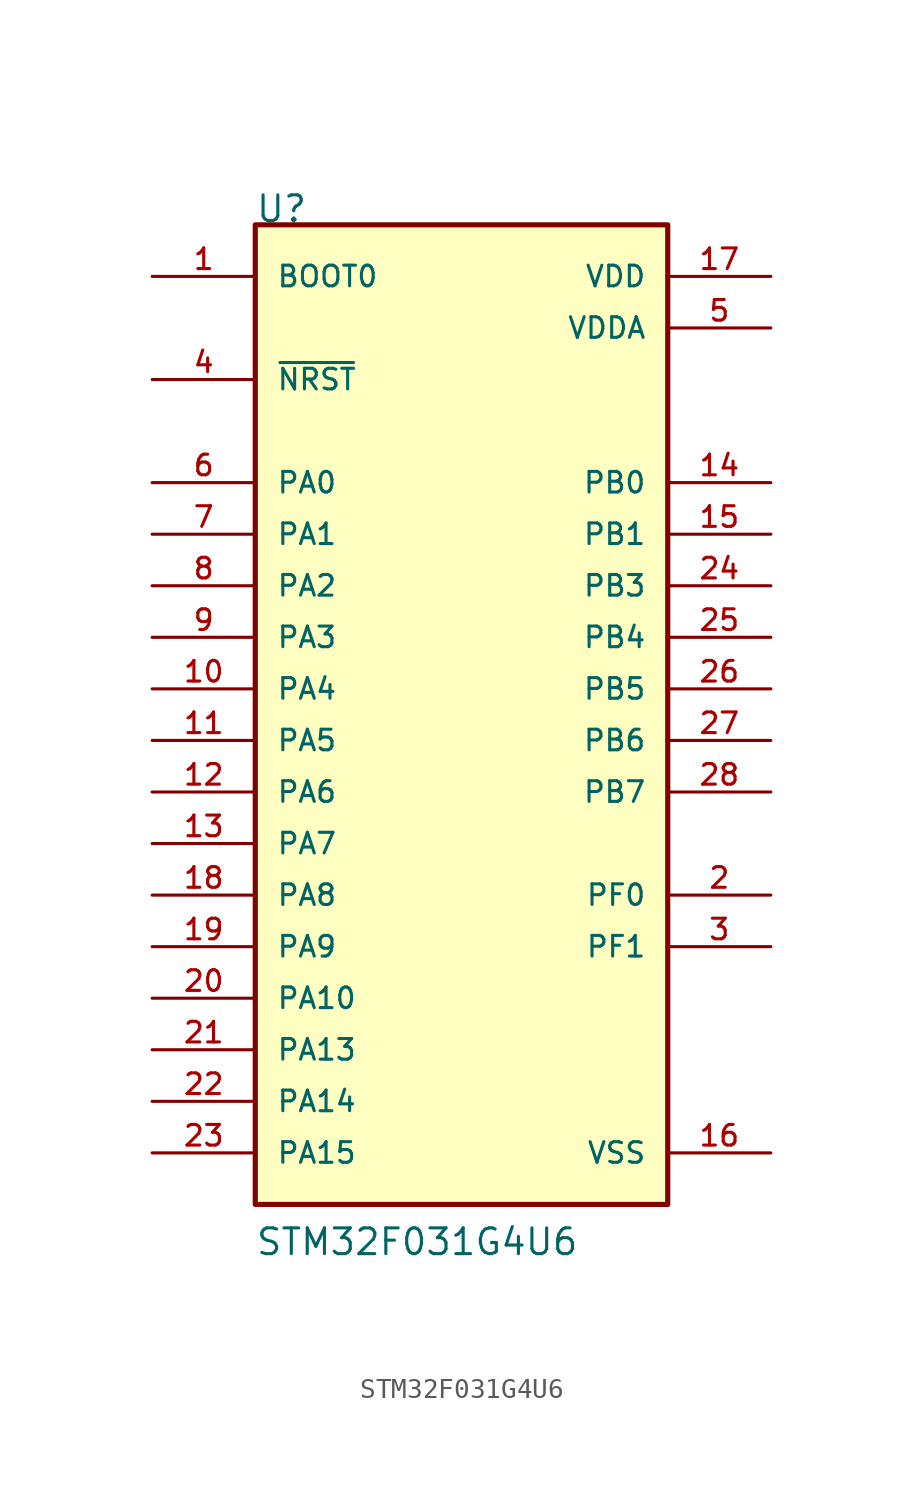
<source format=kicad_sym>
(kicad_symbol_lib
  (version 20211014)
  (generator kicad_symbol_editor)
  (symbol "STM32F031G4U6"
    (pin_names
      (offset 1.016))
    (property "Reference" "U"
      (at -10.178 25.444 0)
      (effects (font (size 1.27 1.27)) (justify bottom left)))
    (property "Value" "STM32F031G4U6"
      (at -10.178 -25.446 0)
      (effects (font (size 1.27 1.27)) (justify bottom left)))
    (symbol "STM32F031G4U6_0_0"
      (rectangle (start -10.16 -22.86) (end 10.16 25.4) (stroke (width 0.254)) (fill (type background)))
      (pin bidirectional line (at 15.24 -7.62 180.0) (length 5.08) (name "PF0" (effects (font (size 1.016 1.016)))) (number "2" (effects (font (size 1.016 1.016)))))
      (pin bidirectional line (at 15.24 -10.16 180.0) (length 5.08) (name "PF1" (effects (font (size 1.016 1.016)))) (number "3" (effects (font (size 1.016 1.016)))))
      (pin bidirectional line (at -15.24 17.78 0) (length 5.08) (name "~{NRST}" (effects (font (size 1.016 1.016)))) (number "4" (effects (font (size 1.016 1.016)))))
      (pin power_in line (at 15.24 20.32 180.0) (length 5.08) (name "VDDA" (effects (font (size 1.016 1.016)))) (number "5" (effects (font (size 1.016 1.016)))))
      (pin bidirectional line (at -15.24 12.7 0) (length 5.08) (name "PA0" (effects (font (size 1.016 1.016)))) (number "6" (effects (font (size 1.016 1.016)))))
      (pin bidirectional line (at -15.24 10.16 0) (length 5.08) (name "PA1" (effects (font (size 1.016 1.016)))) (number "7" (effects (font (size 1.016 1.016)))))
      (pin bidirectional line (at -15.24 7.62 0) (length 5.08) (name "PA2" (effects (font (size 1.016 1.016)))) (number "8" (effects (font (size 1.016 1.016)))))
      (pin bidirectional line (at -15.24 5.08 0) (length 5.08) (name "PA3" (effects (font (size 1.016 1.016)))) (number "9" (effects (font (size 1.016 1.016)))))
      (pin bidirectional line (at -15.24 2.54 0) (length 5.08) (name "PA4" (effects (font (size 1.016 1.016)))) (number "10" (effects (font (size 1.016 1.016)))))
      (pin bidirectional line (at -15.24 0.0 0) (length 5.08) (name "PA5" (effects (font (size 1.016 1.016)))) (number "11" (effects (font (size 1.016 1.016)))))
      (pin bidirectional line (at -15.24 -2.54 0) (length 5.08) (name "PA6" (effects (font (size 1.016 1.016)))) (number "12" (effects (font (size 1.016 1.016)))))
      (pin bidirectional line (at -15.24 -5.08 0) (length 5.08) (name "PA7" (effects (font (size 1.016 1.016)))) (number "13" (effects (font (size 1.016 1.016)))))
      (pin bidirectional line (at 15.24 12.7 180.0) (length 5.08) (name "PB0" (effects (font (size 1.016 1.016)))) (number "14" (effects (font (size 1.016 1.016)))))
      (pin bidirectional line (at 15.24 10.16 180.0) (length 5.08) (name "PB1" (effects (font (size 1.016 1.016)))) (number "15" (effects (font (size 1.016 1.016)))))
      (pin passive line (at 15.24 -20.32 180.0) (length 5.08) (name "VSS" (effects (font (size 1.016 1.016)))) (number "16" (effects (font (size 1.016 1.016)))))
      (pin power_in line (at 15.24 22.86 180.0) (length 5.08) (name "VDD" (effects (font (size 1.016 1.016)))) (number "17" (effects (font (size 1.016 1.016)))))
      (pin bidirectional line (at -15.24 -7.62 0) (length 5.08) (name "PA8" (effects (font (size 1.016 1.016)))) (number "18" (effects (font (size 1.016 1.016)))))
      (pin bidirectional line (at -15.24 -10.16 0) (length 5.08) (name "PA9" (effects (font (size 1.016 1.016)))) (number "19" (effects (font (size 1.016 1.016)))))
      (pin bidirectional line (at -15.24 -12.7 0) (length 5.08) (name "PA10" (effects (font (size 1.016 1.016)))) (number "20" (effects (font (size 1.016 1.016)))))
      (pin bidirectional line (at -15.24 -15.24 0) (length 5.08) (name "PA13" (effects (font (size 1.016 1.016)))) (number "21" (effects (font (size 1.016 1.016)))))
      (pin bidirectional line (at -15.24 -17.78 0) (length 5.08) (name "PA14" (effects (font (size 1.016 1.016)))) (number "22" (effects (font (size 1.016 1.016)))))
      (pin bidirectional line (at -15.24 -20.32 0) (length 5.08) (name "PA15" (effects (font (size 1.016 1.016)))) (number "23" (effects (font (size 1.016 1.016)))))
      (pin bidirectional line (at 15.24 7.62 180.0) (length 5.08) (name "PB3" (effects (font (size 1.016 1.016)))) (number "24" (effects (font (size 1.016 1.016)))))
      (pin bidirectional line (at 15.24 5.08 180.0) (length 5.08) (name "PB4" (effects (font (size 1.016 1.016)))) (number "25" (effects (font (size 1.016 1.016)))))
      (pin bidirectional line (at 15.24 2.54 180.0) (length 5.08) (name "PB5" (effects (font (size 1.016 1.016)))) (number "26" (effects (font (size 1.016 1.016)))))
      (pin bidirectional line (at 15.24 0.0 180.0) (length 5.08) (name "PB6" (effects (font (size 1.016 1.016)))) (number "27" (effects (font (size 1.016 1.016)))))
      (pin bidirectional line (at 15.24 -2.54 180.0) (length 5.08) (name "PB7" (effects (font (size 1.016 1.016)))) (number "28" (effects (font (size 1.016 1.016)))))
      (pin input line (at -15.24 22.86 0) (length 5.08) (name "BOOT0" (effects (font (size 1.016 1.016)))) (number "1" (effects (font (size 1.016 1.016))))))))
</source>
